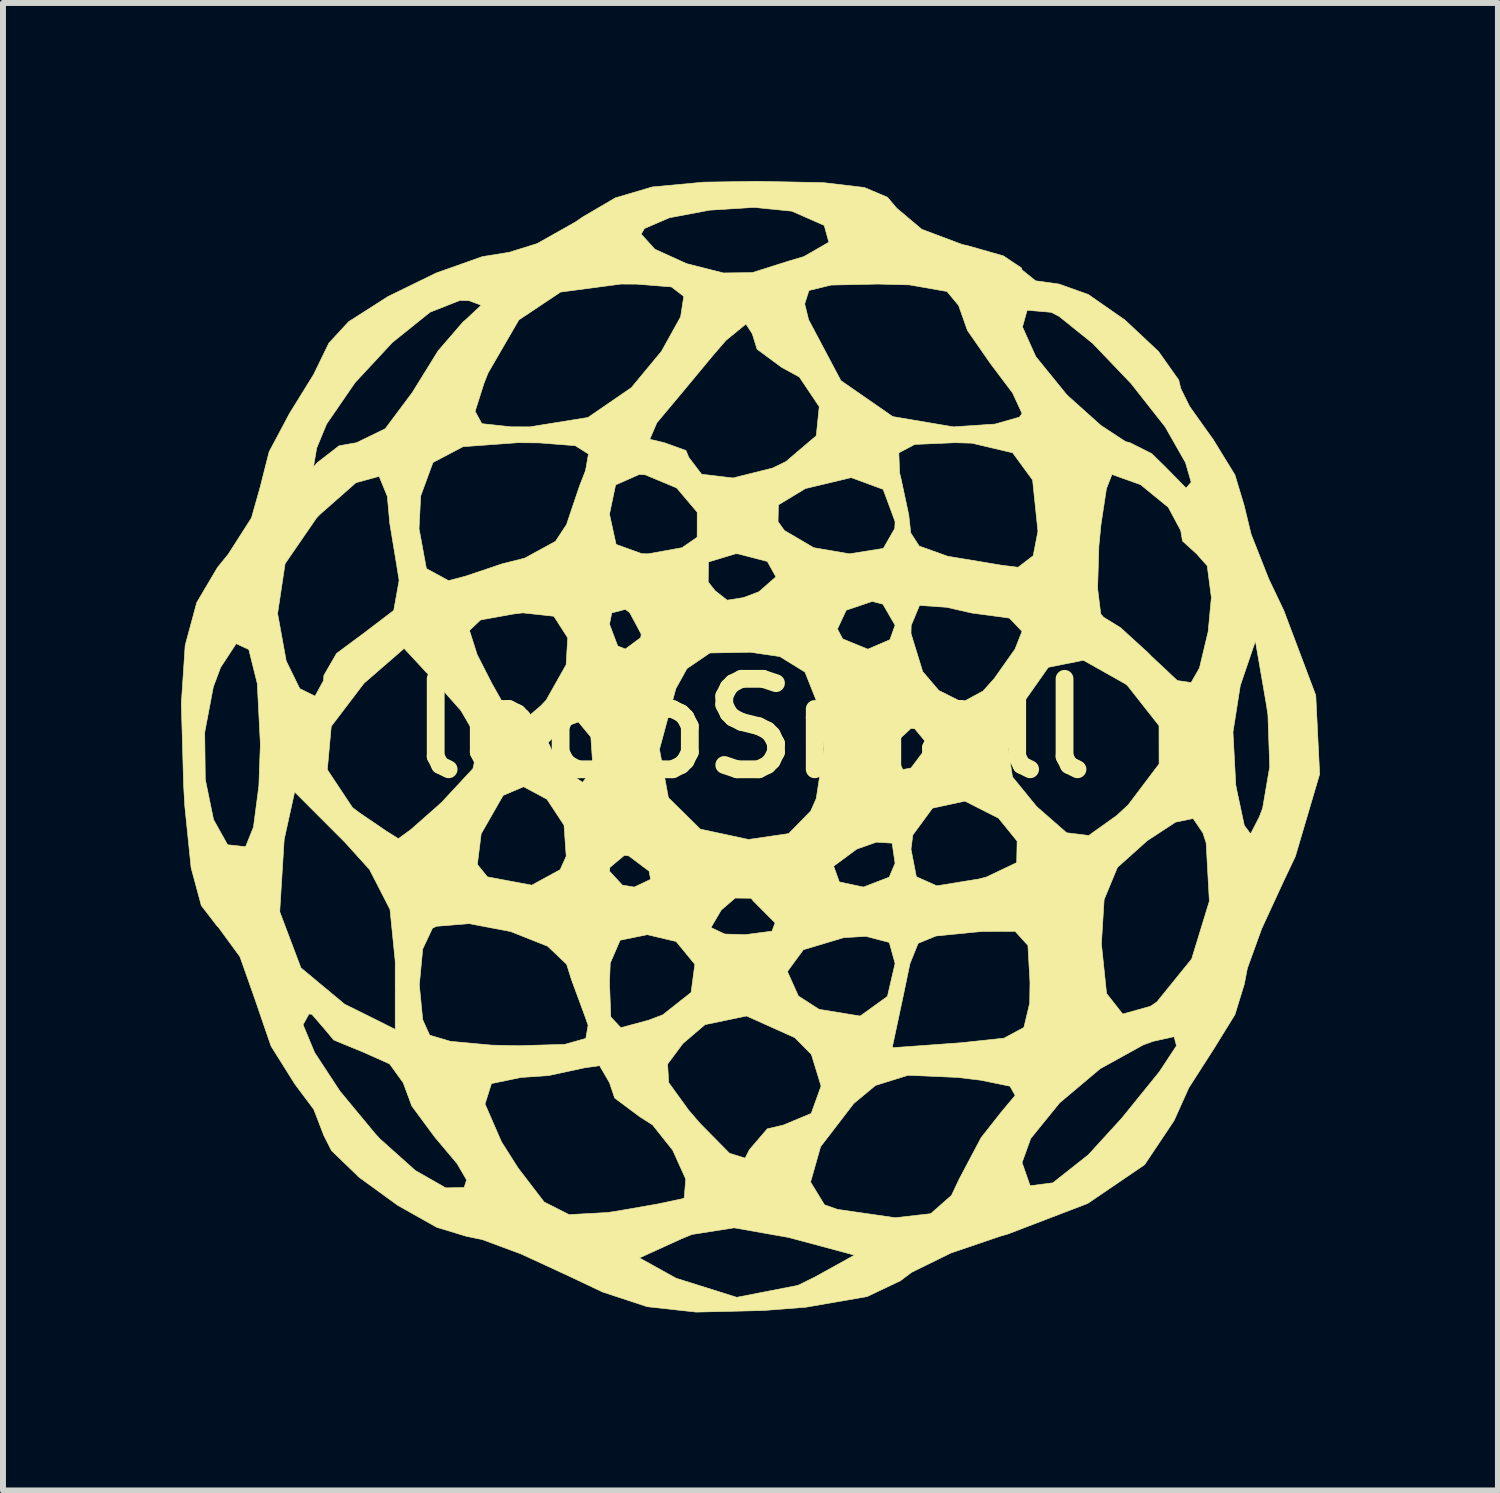
<source format=kicad_pcb>
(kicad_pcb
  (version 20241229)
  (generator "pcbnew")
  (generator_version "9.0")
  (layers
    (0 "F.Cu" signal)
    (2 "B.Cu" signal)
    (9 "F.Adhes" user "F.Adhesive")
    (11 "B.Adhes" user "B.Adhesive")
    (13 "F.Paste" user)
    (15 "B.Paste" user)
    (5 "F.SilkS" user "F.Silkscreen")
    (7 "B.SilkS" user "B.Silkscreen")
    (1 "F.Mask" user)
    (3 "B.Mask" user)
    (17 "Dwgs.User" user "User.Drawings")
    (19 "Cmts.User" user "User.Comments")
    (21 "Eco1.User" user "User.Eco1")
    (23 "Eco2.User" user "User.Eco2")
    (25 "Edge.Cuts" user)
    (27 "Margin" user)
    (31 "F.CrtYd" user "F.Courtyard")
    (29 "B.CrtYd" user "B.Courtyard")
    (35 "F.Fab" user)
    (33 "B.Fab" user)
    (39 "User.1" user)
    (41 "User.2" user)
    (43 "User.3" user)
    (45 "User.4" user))
  (footprint "logoSmall"
    (layer "F.Cu")
    (at 9.625 9.222)
    (property "Reference" "logoSmall" (at 0 0 0) (layer "F.SilkS") (effects (font (size 1.524 1.524) (thickness 0.3))))
    (attr through_hole)
    (fp_poly (pts (xy 1.196 -9.195) (xy 1.889 -9.113) (xy 2.277 -8.949) (xy 2.434 -8.764) (xy 2.855 -8.409) (xy 3.542 -8.151) (xy 3.617 -8.136) (xy 4.231 -7.961) (xy 4.537 -7.756) (xy 4.545 -7.724) (xy 4.773 -7.541) (xy 5.169 -7.486) (xy 5.662 -7.31) (xy 6.278 -6.881) (xy 6.844 -6.351) (xy 7.185 -5.869) (xy 7.219 -5.726) (xy 7.368 -5.425) (xy 7.73 -4.916) (xy 7.754 -4.886) (xy 8.132 -4.271) (xy 8.288 -3.752) (xy 8.405 -3.269) (xy 8.702 -2.517) (xy 8.956 -1.984) (xy 9.494 -0.557) (xy 9.559 0.771) (xy 9.151 2.155) (xy 8.958 2.562) (xy 8.583 3.375) (xy 8.341 4.044) (xy 8.29 4.309) (xy 8.132 4.823) (xy 7.79 5.378) (xy 7.355 6.056) (xy 7.106 6.61) (xy 6.61 7.352) (xy 5.651 8.005) (xy 4.3 8.522) (xy 4.189 8.553) (xy 3.348 8.839) (xy 2.686 9.164) (xy 2.496 9.307) (xy 1.934 9.574) (xy 0.901 9.753) (xy 0.178 9.809) (xy -0.946 9.835) (xy -1.771 9.744) (xy -2.524 9.496) (xy -3.075 9.235) (xy -3.752 8.922) (xy -1.901 8.922) (xy -1.285 9.264) (xy -0.261 9.586) (xy 0.769 9.385) (xy 1.061 9.241) (xy 1.721 8.875) (xy 0.615 8.578) (xy -0.306 8.415) (xy -1.017 8.527) (xy -1.196 8.601) (xy -1.901 8.922) (xy -3.752 8.922) (xy -3.888 8.859) (xy -4.551 8.613) (xy -4.817 8.558) (xy -5.318 8.406) (xy -5.976 8.035) (xy -6.624 7.564) (xy -7.09 7.114) (xy -7.219 6.859) (xy -7.388 6.42) (xy -7.708 5.992) (xy -8.108 5.354) (xy -8.232 4.994) (xy -7.569 4.994) (xy -7.373 5.464) (xy -6.948 6.112) (xy -6.354 6.829) (xy -6.275 6.915) (xy -5.677 7.45) (xy -5.165 7.742) (xy -4.855 7.736) (xy -4.813 7.609) (xy -4.976 7.33) (xy -5.347 6.89) (xy -5.737 6.362) (xy -5.749 6.329) (xy -4.503 6.329) (xy -4.226 6.966) (xy -3.944 7.41) (xy -3.507 7.98) (xy -3.086 8.193) (xy -2.436 8.157) (xy -2.273 8.132) (xy -1.59 8.013) (xy -1.186 7.927) (xy -1.147 7.912) (xy -1.125 7.644) (xy 0.982 7.644) (xy 1.216 8.027) (xy 1.433 8.104) (xy 2.408 8.245) (xy 3.006 8.177) (xy 3.357 7.868) (xy 3.483 7.6) (xy 3.633 7.316) (xy 4.545 7.316) (xy 4.681 7.706) (xy 5.065 7.657) (xy 5.663 7.184) (xy 6.227 6.566) (xy 6.858 5.787) (xy 7.147 5.348) (xy 7.107 5.195) (xy 6.756 5.272) (xy 6.586 5.334) (xy 5.862 5.734) (xy 5.179 6.309) (xy 4.692 6.909) (xy 4.545 7.316) (xy 3.633 7.316) (xy 3.855 6.897) (xy 4.196 6.464) (xy 4.429 6.185) (xy 4.342 6.029) (xy 3.849 5.928) (xy 3.459 5.881) (xy 2.624 5.845) (xy 2.076 6.016) (xy 1.709 6.321) (xy 1.151 7.048) (xy 0.982 7.644) (xy -1.125 7.644) (xy -1.121 7.594) (xy -1.34 7.109) (xy -1.68 6.681) (xy -1.9 6.541) (xy -2.319 6.228) (xy -2.406 5.969) (xy -2.573 5.683) (xy -2.829 5.72) (xy -3.433 5.85) (xy -3.899 5.882) (xy -4.395 5.985) (xy -4.503 6.329) (xy -5.749 6.329) (xy -5.882 5.97) (xy -6.109 5.656) (xy -1.427 5.656) (xy -1.408 5.969) (xy -1.076 6.428) (xy -0.877 6.659) (xy -0.384 7.159) (xy -0.121 7.241) (xy -0.047 7.097) (xy 0.253 6.747) (xy 0.523 6.684) (xy 0.993 6.488) (xy 1.159 6.027) (xy 0.996 5.494) (xy 0.884 5.381) (xy 2.357 5.381) (xy 3.518 5.297) (xy 4.24 5.22) (xy 4.576 5.04) (xy 4.674 4.629) (xy 4.679 4.278) (xy 4.644 3.656) (xy 4.618 3.628) (xy 5.882 3.628) (xy 5.969 4.467) (xy 6.241 4.813) (xy 6.71 4.682) (xy 6.818 4.608) (xy 7.403 3.885) (xy 7.701 2.912) (xy 7.647 1.929) (xy 7.592 1.761) (xy 7.428 1.519) (xy 7.132 1.58) (xy 6.656 1.891) (xy 6.152 2.343) (xy 5.928 2.884) (xy 5.882 3.628) (xy 4.618 3.628) (xy 4.429 3.42) (xy 3.874 3.422) (xy 3.743 3.434) (xy 3.096 3.498) (xy 2.794 3.622) (xy 2.656 3.966) (xy 2.546 4.495) (xy 2.357 5.381) (xy 0.884 5.381) (xy 0.718 5.212) (xy -0.096 4.846) (xy -0.797 4.992) (xy -1.17 5.311) (xy -1.427 5.656) (xy -6.109 5.656) (xy -6.11 5.654) (xy -6.551 5.457) (xy -7.051 5.251) (xy -7.219 5.051) (xy -7.421 4.817) (xy -7.47 4.813) (xy -7.569 4.994) (xy -8.232 4.994) (xy -8.378 4.567) (xy -8.632 3.848) (xy -9.001 3.343) (xy -9.018 3.33) (xy -9.202 3.09) (xy -7.962 3.09) (xy -7.605 4.035) (xy -6.869 4.647) (xy -6.308 4.925) (xy -6.024 5.068) (xy -6.016 5.073) (xy -6.016 4.323) (xy -5.61 4.323) (xy -5.553 4.909) (xy -5.436 5.169) (xy -5.086 5.273) (xy -4.391 5.337) (xy -3.937 5.347) (xy -3.159 5.324) (xy -2.805 5.224) (xy -2.766 5.002) (xy -2.809 4.879) (xy -3.03 4.278) (xy -2.406 4.278) (xy -2.384 4.862) (xy -2.215 5.043) (xy -1.747 4.917) (xy -1.509 4.827) (xy -1.031 4.45) (xy -0.984 4.097) (xy 0.592 4.097) (xy 0.777 4.51) (xy 1.126 4.734) (xy 1.818 4.847) (xy 2.277 4.516) (xy 2.406 3.961) (xy 2.308 3.607) (xy 1.915 3.504) (xy 1.54 3.526) (xy 0.86 3.73) (xy 0.592 4.097) (xy -0.984 4.097) (xy -0.968 3.975) (xy -1.283 3.591) (xy -1.769 3.476) (xy -2.226 3.569) (xy -2.393 3.954) (xy -2.406 4.278) (xy -3.03 4.278) (xy -3.048 4.229) (xy -3.128 3.975) (xy -3.447 3.671) (xy -4.072 3.423) (xy -4.423 3.356) (xy -0.696 3.356) (xy -0.466 3.465) (xy -0.122 3.476) (xy 0.332 3.417) (xy 0.384 3.277) (xy 0.382 3.275) (xy 0.016 2.907) (xy -0.02 2.862) (xy -0.289 2.859) (xy -0.524 3.062) (xy -0.696 3.356) (xy -4.423 3.356) (xy -4.773 3.29) (xy -5.323 3.335) (xy -5.389 3.368) (xy -5.553 3.718) (xy -5.61 4.323) (xy -6.016 4.323) (xy -6.016 3.923) (xy -6.104 3.05) (xy -6.449 2.378) (xy -6.526 2.293) (xy -4.632 2.293) (xy -4.463 2.502) (xy -3.716 2.642) (xy -3.283 2.406) (xy -2.406 2.406) (xy -2.189 2.641) (xy -1.989 2.674) (xy -1.713 2.544) (xy -1.738 2.406) (xy -1.85 2.322) (xy 1.371 2.322) (xy 1.466 2.587) (xy 1.872 2.674) (xy 2.307 2.507) (xy 2.406 2.273) (xy 2.371 2.036) (xy 2.674 2.036) (xy 2.764 2.499) (xy 3.109 2.653) (xy 3.817 2.538) (xy 3.944 2.505) (xy 4.455 2.262) (xy 4.462 1.899) (xy 4.149 1.513) (xy 3.583 1.226) (xy 3.037 1.344) (xy 2.704 1.798) (xy 2.674 2.036) (xy 2.371 2.036) (xy 2.356 1.934) (xy 2.092 1.917) (xy 1.76 2.034) (xy 1.371 2.322) (xy -1.85 2.322) (xy -2.08 2.149) (xy -2.155 2.139) (xy -2.399 2.343) (xy -2.406 2.406) (xy -3.283 2.406) (xy -3.237 2.381) (xy -3.135 2.154) (xy -3.172 1.631) (xy -3.46 1.194) (xy -3.853 0.983) (xy -4.198 1.13) (xy -4.568 1.777) (xy -4.632 2.293) (xy -6.526 2.293) (xy -6.864 1.919) (xy -7.711 1.071) (xy -7.887 1.872) (xy -7.962 3.09) (xy -9.202 3.09) (xy -9.283 2.986) (xy -9.455 2.349) (xy -9.561 1.312) (xy -9.581 0.963) (xy -9.606 0.068) (xy -9.226 0.068) (xy -9.216 0.86) (xy -9.077 1.538) (xy -8.84 1.961) (xy -8.537 1.994) (xy -8.404 1.663) (xy -8.313 0.966) (xy -8.304 0.696) (xy -7.16 0.696) (xy -6.737 1.333) (xy -6.617 1.424) (xy -6.16 1.735) (xy -5.963 1.858) (xy -5.754 1.706) (xy -5.31 1.315) (xy -5.227 1.239) (xy -4.707 0.679) (xy -4.605 0.237) (xy -3.438 0.237) (xy -3.282 0.577) (xy -3.201 0.677) (xy -2.86 0.909) (xy -2.683 0.687) (xy -2.706 0.353) (xy -1.564 0.353) (xy -1.414 1.167) (xy -0.875 1.698) (xy -0.063 1.872) (xy 0.613 1.773) (xy 0.985 1.392) (xy 1.078 1.181) (xy 1.195 0.417) (xy 2.406 0.417) (xy 2.536 0.694) (xy 2.674 0.668) (xy 2.913 0.35) (xy 4.312 0.35) (xy 4.384 0.818) (xy 4.781 1.305) (xy 4.813 1.337) (xy 5.296 1.759) (xy 5.669 1.805) (xy 6.138 1.47) (xy 6.333 1.29) (xy 6.854 0.6) (xy 6.853 0.062) (xy 8.099 0.062) (xy 8.146 0.952) (xy 8.158 1.017) (xy 8.29 1.636) (xy 8.396 1.778) (xy 8.542 1.494) (xy 8.599 1.344) (xy 8.718 0.647) (xy 8.688 -0.226) (xy 8.663 -0.394) (xy 8.477 -1.471) (xy 8.222 -0.721) (xy 8.099 0.062) (xy 6.853 0.062) (xy 6.853 -0.045) (xy 6.327 -0.714) (xy 6.288 -0.748) (xy 5.579 -1.147) (xy 4.988 -1.029) (xy 4.546 -0.401) (xy 4.525 -0.347) (xy 4.312 0.35) (xy 2.913 0.35) (xy 2.931 0.327) (xy 2.941 0.252) (xy 2.737 0.007) (xy 2.674 0) (xy 2.439 0.218) (xy 2.406 0.417) (xy 1.195 0.417) (xy 1.206 0.348) (xy 1.123 -0.357) (xy 0.888 -0.948) (xy 0.464 -1.21) (xy -0.033 -1.283) (xy -0.715 -1.27) (xy -1.101 -1.007) (xy -1.288 -0.669) (xy -1.564 0.353) (xy -2.706 0.353) (xy -2.72 0.146) (xy -2.93 -0.108) (xy -3.191 -0.013) (xy -3.438 0.237) (xy -4.605 0.237) (xy -4.602 0.226) (xy -4.91 -0.301) (xy -5.206 -0.635) (xy -5.866 -1.347) (xy -6.543 -0.759) (xy -7.094 -0.034) (xy -7.16 0.696) (xy -8.304 0.696) (xy -8.288 0.267) (xy -8.34 -0.755) (xy -8.483 -1.329) (xy -8.696 -1.427) (xy -8.958 -1.027) (xy -9.081 -0.698) (xy -9.226 0.068) (xy -9.606 0.068) (xy -9.62 -0.416) (xy -9.555 -1.399) (xy -9.41 -1.935) (xy -7.998 -1.935) (xy -7.853 -1.136) (xy -7.625 -0.67) (xy -7.367 -0.543) (xy -7.222 -0.809) (xy -7.219 -0.891) (xy -7.005 -1.262) (xy -6.528 -1.616) (xy -6.485 -1.649) (xy -4.765 -1.649) (xy -4.636 -1.244) (xy -4.39 -0.761) (xy -4.09 -0.229) (xy -3.867 -0.121) (xy -3.556 -0.387) (xy -3.472 -0.477) (xy -3.136 -1.073) (xy -3.11 -1.526) (xy -3.256 -1.754) (xy -2.406 -1.754) (xy -2.267 -1.388) (xy -2.139 -1.337) (xy -1.879 -1.529) (xy -1.872 -1.588) (xy -1.918 -1.675) (xy 1.435 -1.675) (xy 1.522 -1.508) (xy 1.947 -1.334) (xy 2.319 -1.494) (xy 2.356 -1.598) (xy 2.674 -1.598) (xy 2.871 -0.957) (xy 3.142 -0.639) (xy 3.539 -0.44) (xy 3.889 -0.63) (xy 4.077 -0.84) (xy 4.426 -1.334) (xy 4.545 -1.634) (xy 4.333 -1.857) (xy 4.211 -1.875) (xy 3.695 -1.944) (xy 3.275 -2.04) (xy 2.818 -2.072) (xy 2.677 -1.734) (xy 2.674 -1.598) (xy 2.356 -1.598) (xy 2.406 -1.738) (xy 2.2 -2.093) (xy 2.021 -2.139) (xy 1.583 -1.991) (xy 1.435 -1.675) (xy -1.918 -1.675) (xy -2.066 -1.951) (xy -2.139 -2.005) (xy -2.368 -1.945) (xy -2.406 -1.754) (xy -3.256 -1.754) (xy -3.343 -1.889) (xy -3.866 -1.946) (xy -4.029 -1.926) (xy -4.578 -1.827) (xy -4.765 -1.649) (xy -6.485 -1.649) (xy -6.041 -1.987) (xy -5.955 -2.466) (xy -0.743 -2.466) (xy -0.624 -2.317) (xy -0.423 -2.16) (xy -0.15 -2.203) (xy 0.11 -2.301) (xy 0.177 -2.359) (xy 5.818 -2.359) (xy 5.871 -1.928) (xy 5.919 -1.872) (xy 6.204 -1.697) (xy 6.669 -1.273) (xy 6.723 -1.217) (xy 7.161 -0.806) (xy 7.393 -0.771) (xy 7.534 -1.016) (xy 7.681 -1.63) (xy 7.735 -2.206) (xy 7.665 -2.739) (xy 7.486 -2.941) (xy 7.248 -3.157) (xy 7.219 -3.333) (xy 7.009 -3.725) (xy 6.542 -4.106) (xy 6.061 -4.278) (xy 6.06 -4.278) (xy 5.967 -4.039) (xy 5.875 -3.435) (xy 5.84 -3.075) (xy 5.818 -2.359) (xy 0.177 -2.359) (xy 0.398 -2.553) (xy 0.254 -2.812) (xy -0.238 -2.94) (xy -0.283 -2.941) (xy -0.738 -2.804) (xy -0.743 -2.466) (xy -5.955 -2.466) (xy -5.95 -2.492) (xy -5.994 -2.764) (xy -6.093 -3.365) (xy -5.615 -3.365) (xy -5.491 -2.692) (xy -5.117 -2.489) (xy -4.827 -2.566) (xy -4.218 -2.771) (xy -3.834 -2.868) (xy -3.316 -3.151) (xy -3.129 -3.435) (xy -3.071 -3.609) (xy -2.406 -3.609) (xy -2.295 -3.1) (xy -1.861 -2.943) (xy -1.754 -2.941) (xy -1.184 -3.044) (xy -0.929 -3.22) (xy -0.928 -3.483) (xy 0.434 -3.483) (xy 0.54 -3.335) (xy 1.035 -3.044) (xy 1.637 -2.941) (xy 2.208 -3.032) (xy 2.401 -3.369) (xy 2.406 -3.484) (xy 2.205 -4.027) (xy 1.667 -4.225) (xy 0.896 -4.041) (xy 0.892 -4.039) (xy 0.44 -3.765) (xy 0.434 -3.483) (xy -0.928 -3.483) (xy -0.928 -3.642) (xy -1.274 -4.051) (xy -1.803 -4.272) (xy -1.904 -4.278) (xy -2.303 -4.102) (xy -2.406 -3.609) (xy -3.071 -3.609) (xy -2.912 -4.08) (xy -2.809 -4.345) (xy -2.76 -4.623) (xy -2.983 -4.763) (xy -3.588 -4.81) (xy -3.953 -4.813) (xy -4.873 -4.746) (xy -5.38 -4.48) (xy -5.587 -3.916) (xy -5.615 -3.365) (xy -6.093 -3.365) (xy -6.108 -3.455) (xy -6.149 -3.91) (xy -6.287 -4.246) (xy -6.678 -4.139) (xy -7.289 -3.601) (xy -7.342 -3.545) (xy -7.872 -2.774) (xy -7.998 -1.935) (xy -9.41 -1.935) (xy -9.36 -2.12) (xy -9.01 -2.712) (xy -8.83 -2.933) (xy -8.438 -3.546) (xy -8.288 -4.077) (xy -8.206 -4.403) (xy -7.394 -4.403) (xy -7.328 -4.478) (xy -6.962 -4.761) (xy -6.669 -4.813) (xy -6.549 -4.871) (xy -1.727 -4.871) (xy -1.481 -4.813) (xy -1.118 -4.682) (xy -1.069 -4.565) (xy -0.854 -4.282) (xy -0.325 -4.219) (xy 0.34 -4.385) (xy 0.567 -4.495) (xy 0.739 -4.642) (xy 2.469 -4.642) (xy 2.482 -4.303) (xy 2.505 -4.211) (xy 2.636 -3.599) (xy 2.67 -3.293) (xy 2.812 -3.072) (xy 3.292 -2.9) (xy 4.198 -2.749) (xy 4.478 -2.714) (xy 4.733 -2.909) (xy 4.813 -3.32) (xy 4.723 -4.184) (xy 4.387 -4.643) (xy 3.701 -4.805) (xy 3.416 -4.813) (xy 2.738 -4.784) (xy 2.469 -4.642) (xy 0.739 -4.642) (xy 1.078 -4.93) (xy 1.128 -5.42) (xy 0.793 -5.92) (xy 0.494 -6.083) (xy 0.081 -6.388) (xy -0.000327 -6.649) (xy -0.106 -6.813) (xy -0.443 -6.538) (xy -0.663 -6.283) (xy -1.171 -5.671) (xy -1.565 -5.2) (xy -1.609 -5.147) (xy -1.727 -4.871) (xy -6.549 -4.871) (xy -6.184 -5.049) (xy -5.965 -5.342) (xy -4.67 -5.342) (xy -4.557 -5.134) (xy -4.067 -5.081) (xy -3.749 -5.08) (xy -2.769 -5.238) (xy -2.038 -5.74) (xy -1.53 -6.353) (xy -1.212 -6.926) (xy -1.206 -6.943) (xy -1.174 -7.152) (xy 0.883 -7.152) (xy 0.949 -6.885) (xy 1.493 -5.859) (xy 2.367 -5.253) (xy 3.389 -5.08) (xy 4.09 -5.127) (xy 4.501 -5.244) (xy 4.545 -5.306) (xy 4.386 -5.651) (xy 4.011 -6.149) (xy 3.626 -6.703) (xy 3.604 -6.764) (xy 4.552 -6.764) (xy 4.777 -6.263) (xy 5.288 -5.634) (xy 5.327 -5.594) (xy 5.874 -5.104) (xy 6.288 -4.832) (xy 6.364 -4.813) (xy 6.73 -4.629) (xy 6.952 -4.412) (xy 7.309 -4.049) (xy 7.395 -4.148) (xy 7.299 -4.478) (xy 6.956 -5.081) (xy 6.383 -5.809) (xy 5.735 -6.487) (xy 5.169 -6.942) (xy 5.036 -7.01) (xy 4.631 -7.045) (xy 4.552 -6.764) (xy 3.604 -6.764) (xy 3.476 -7.126) (xy 3.28 -7.361) (xy 2.65 -7.472) (xy 2.121 -7.486) (xy 1.329 -7.469) (xy 0.955 -7.378) (xy 0.883 -7.152) (xy -1.174 -7.152) (xy -1.154 -7.279) (xy -1.363 -7.438) (xy -1.951 -7.485) (xy -2.213 -7.486) (xy -3.23 -7.351) (xy -3.933 -6.882) (xy -4.452 -5.987) (xy -4.52 -5.815) (xy -4.67 -5.342) (xy -5.965 -5.342) (xy -5.723 -5.666) (xy -5.714 -5.682) (xy -5.294 -6.36) (xy -4.872 -6.849) (xy -4.838 -6.876) (xy -4.567 -7.13) (xy -4.774 -7.206) (xy -4.927 -7.21) (xy -5.429 -7.012) (xy -6.064 -6.502) (xy -6.693 -5.825) (xy -7.172 -5.128) (xy -7.339 -4.724) (xy -7.394 -4.403) (xy -8.206 -4.403) (xy -8.14 -4.661) (xy -7.797 -5.306) (xy -7.391 -5.962) (xy -7.134 -6.491) (xy -6.801 -6.852) (xy -6.138 -7.276) (xy -5.327 -7.672) (xy -4.549 -7.948) (xy -4.096 -8.021) (xy -3.625 -8.168) (xy -3.341 -8.328) (xy -1.872 -8.328) (xy -1.643 -8.074) (xy -1.107 -7.83) (xy -0.486 -7.673) (xy -0.001 -7.679) (xy 0 -7.679) (xy 0.619 -7.875) (xy 0.869 -7.949) (xy 1.29 -8.191) (xy 1.212 -8.474) (xy 0.667 -8.714) (xy 0.033 -8.778) (xy -0.718 -8.731) (xy -1.397 -8.603) (xy -1.817 -8.422) (xy -1.872 -8.328) (xy -3.341 -8.328) (xy -2.981 -8.531) (xy -2.852 -8.619) (xy -2.308 -8.938) (xy -1.686 -9.122) (xy -0.818 -9.203) (xy 0.084 -9.217) (xy 1.196 -9.195)) (stroke (width 0.01) (type solid)) (fill yes) (layer "F.SilkS")))
  (gr_rect
    (start -3 -3)
    (end 22.188 22.062)
    (stroke (width 0.1) (type default))
    (fill no)
    (layer "Edge.Cuts")))
</source>
